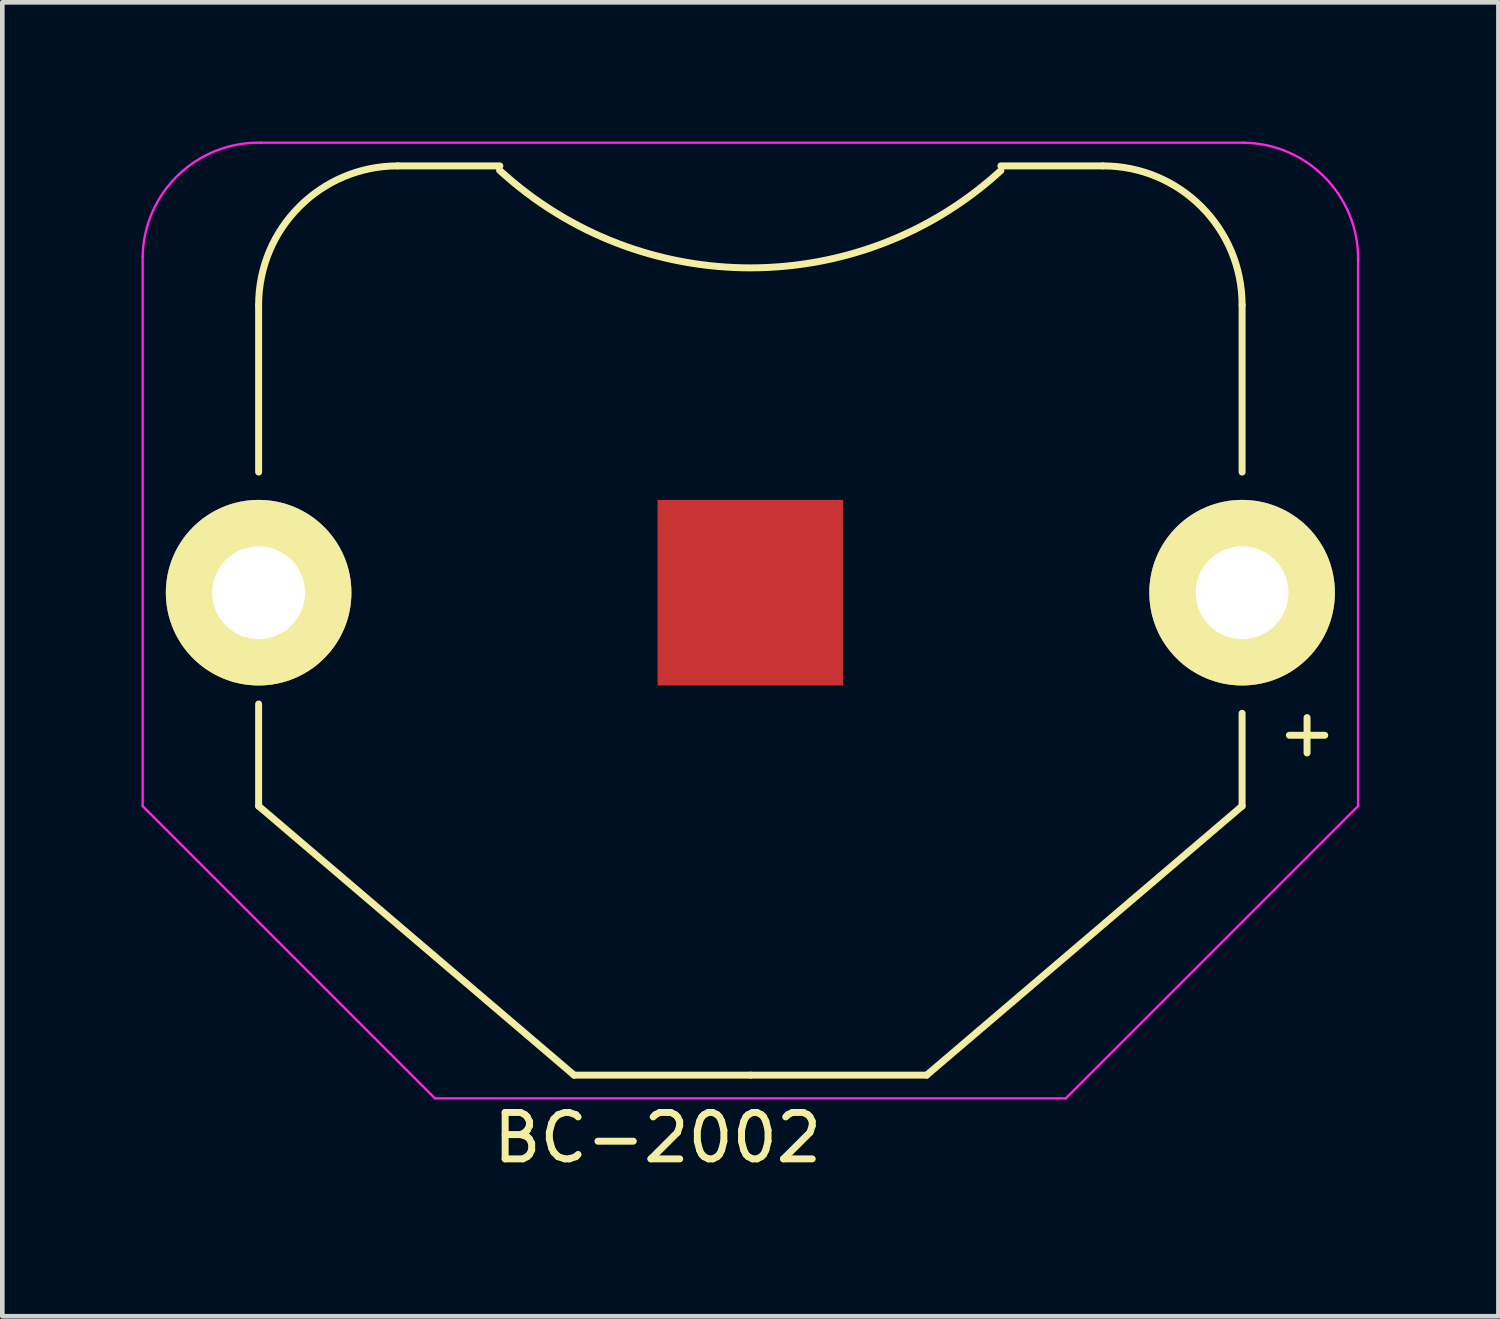
<source format=kicad_pcb>
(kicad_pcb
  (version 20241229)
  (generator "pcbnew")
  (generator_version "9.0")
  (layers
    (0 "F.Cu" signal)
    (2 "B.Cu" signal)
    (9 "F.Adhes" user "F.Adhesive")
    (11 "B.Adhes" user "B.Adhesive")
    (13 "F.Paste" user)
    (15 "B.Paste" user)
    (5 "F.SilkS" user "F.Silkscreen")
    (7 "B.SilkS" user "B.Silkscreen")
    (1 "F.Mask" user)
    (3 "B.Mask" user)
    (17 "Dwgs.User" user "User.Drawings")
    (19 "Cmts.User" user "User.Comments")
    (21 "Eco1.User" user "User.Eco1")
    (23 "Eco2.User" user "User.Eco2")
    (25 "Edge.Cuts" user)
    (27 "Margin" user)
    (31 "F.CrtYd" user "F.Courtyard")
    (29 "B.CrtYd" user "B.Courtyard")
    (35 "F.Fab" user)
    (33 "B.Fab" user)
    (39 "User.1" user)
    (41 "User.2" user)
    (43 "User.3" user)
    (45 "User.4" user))
  (footprint "BC-2002"
    (layer "F.Cu")
    (at 2.525 9.726)
    (property "Reference" "BC-2002" (at 8.6 11.75 0) (layer "F.SilkS") (effects (font (size 1 1) (thickness 0.15))))
    (attr through_hole)
    (fp_line (start 0 -2.6) (end 0 -6.2) (stroke (width 0.15) (type solid)) (layer "F.SilkS"))
    (fp_line (start 0 4.6) (end 0 2.4) (stroke (width 0.15) (type solid)) (layer "F.SilkS"))
    (fp_line (start 3 -9.2) (end 5.2 -9.2) (stroke (width 0.15) (type solid)) (layer "F.SilkS"))
    (fp_line (start 6.8 10.4) (end 0 4.6) (stroke (width 0.15) (type solid)) (layer "F.SilkS"))
    (fp_line (start 10.6 10.4) (end 6.8 10.4) (stroke (width 0.15) (type solid)) (layer "F.SilkS"))
    (fp_line (start 10.6 10.4) (end 14.4 10.4) (stroke (width 0.15) (type solid)) (layer "F.SilkS"))
    (fp_line (start 14.4 10.4) (end 21.2 4.6) (stroke (width 0.15) (type solid)) (layer "F.SilkS"))
    (fp_line (start 18.2 -9.2) (end 16 -9.2) (stroke (width 0.15) (type solid)) (layer "F.SilkS"))
    (fp_line (start 21.2 -6.2) (end 21.2 -2.6) (stroke (width 0.15) (type solid)) (layer "F.SilkS"))
    (fp_line (start 21.2 2.6) (end 21.2 4.6) (stroke (width 0.15) (type solid)) (layer "F.SilkS"))
    (fp_arc (start 0 -6.2) (mid 0.87868 -8.32132) (end 3 -9.2) (stroke (width 0.15) (type solid)) (layer "F.SilkS"))
    (fp_arc (start 16 -9.1) (mid 10.595315 -7.001877) (end 5.193092 -9.10633) (stroke (width 0.15) (type solid)) (layer "F.SilkS"))
    (fp_arc (start 18.2 -9.2) (mid 20.32132 -8.32132) (end 21.2 -6.2) (stroke (width 0.15) (type solid)) (layer "F.SilkS"))
    (fp_line (start -2.5 4.6) (end -2.5 -7.25) (stroke (width 0.05) (type solid)) (layer "F.CrtYd"))
    (fp_line (start -2.5 4.6) (end 3.8 10.9) (stroke (width 0.05) (type solid)) (layer "F.CrtYd"))
    (fp_line (start 0.05 -9.7) (end 21.25 -9.7) (stroke (width 0.05) (type solid)) (layer "F.CrtYd"))
    (fp_line (start 3.8 10.9) (end 17.4 10.9) (stroke (width 0.05) (type solid)) (layer "F.CrtYd"))
    (fp_line (start 23.7 4.6) (end 17.4 10.9) (stroke (width 0.05) (type solid)) (layer "F.CrtYd"))
    (fp_line (start 23.7 4.6) (end 23.7 -7.35) (stroke (width 0.05) (type solid)) (layer "F.CrtYd"))
    (fp_arc (start -2.5 -7.25) (mid -1.732412 -9.003122) (end 0.05 -9.7) (stroke (width 0.05) (type solid)) (layer "F.CrtYd"))
    (fp_arc (start 21.25 -9.7) (mid 23.003122 -8.932412) (end 23.7 -7.15) (stroke (width 0.05) (type solid)) (layer "F.CrtYd"))
    (fp_text user "+" (at 22.6 3 0) (layer "F.SilkS") (effects (font (size 1 1) (thickness 0.15))))
    (pad "1" thru_hole circle (at 0 0) (size 4 4) (drill 2) (layers "*.Cu" "*.Mask" "F.SilkS"))
    (pad "1" thru_hole circle (at 21.2 0) (size 4 4) (drill 2) (layers "*.Cu" "*.Mask" "F.SilkS"))
    (pad "2" smd rect (at 10.6 0) (size 4 4) (layers "F.Cu" "F.Mask")))
  (gr_rect
    (start -3 -3)
    (end 29.25 25.324)
    (stroke (width 0.1) (type default))
    (fill no)
    (layer "Edge.Cuts")))
</source>
